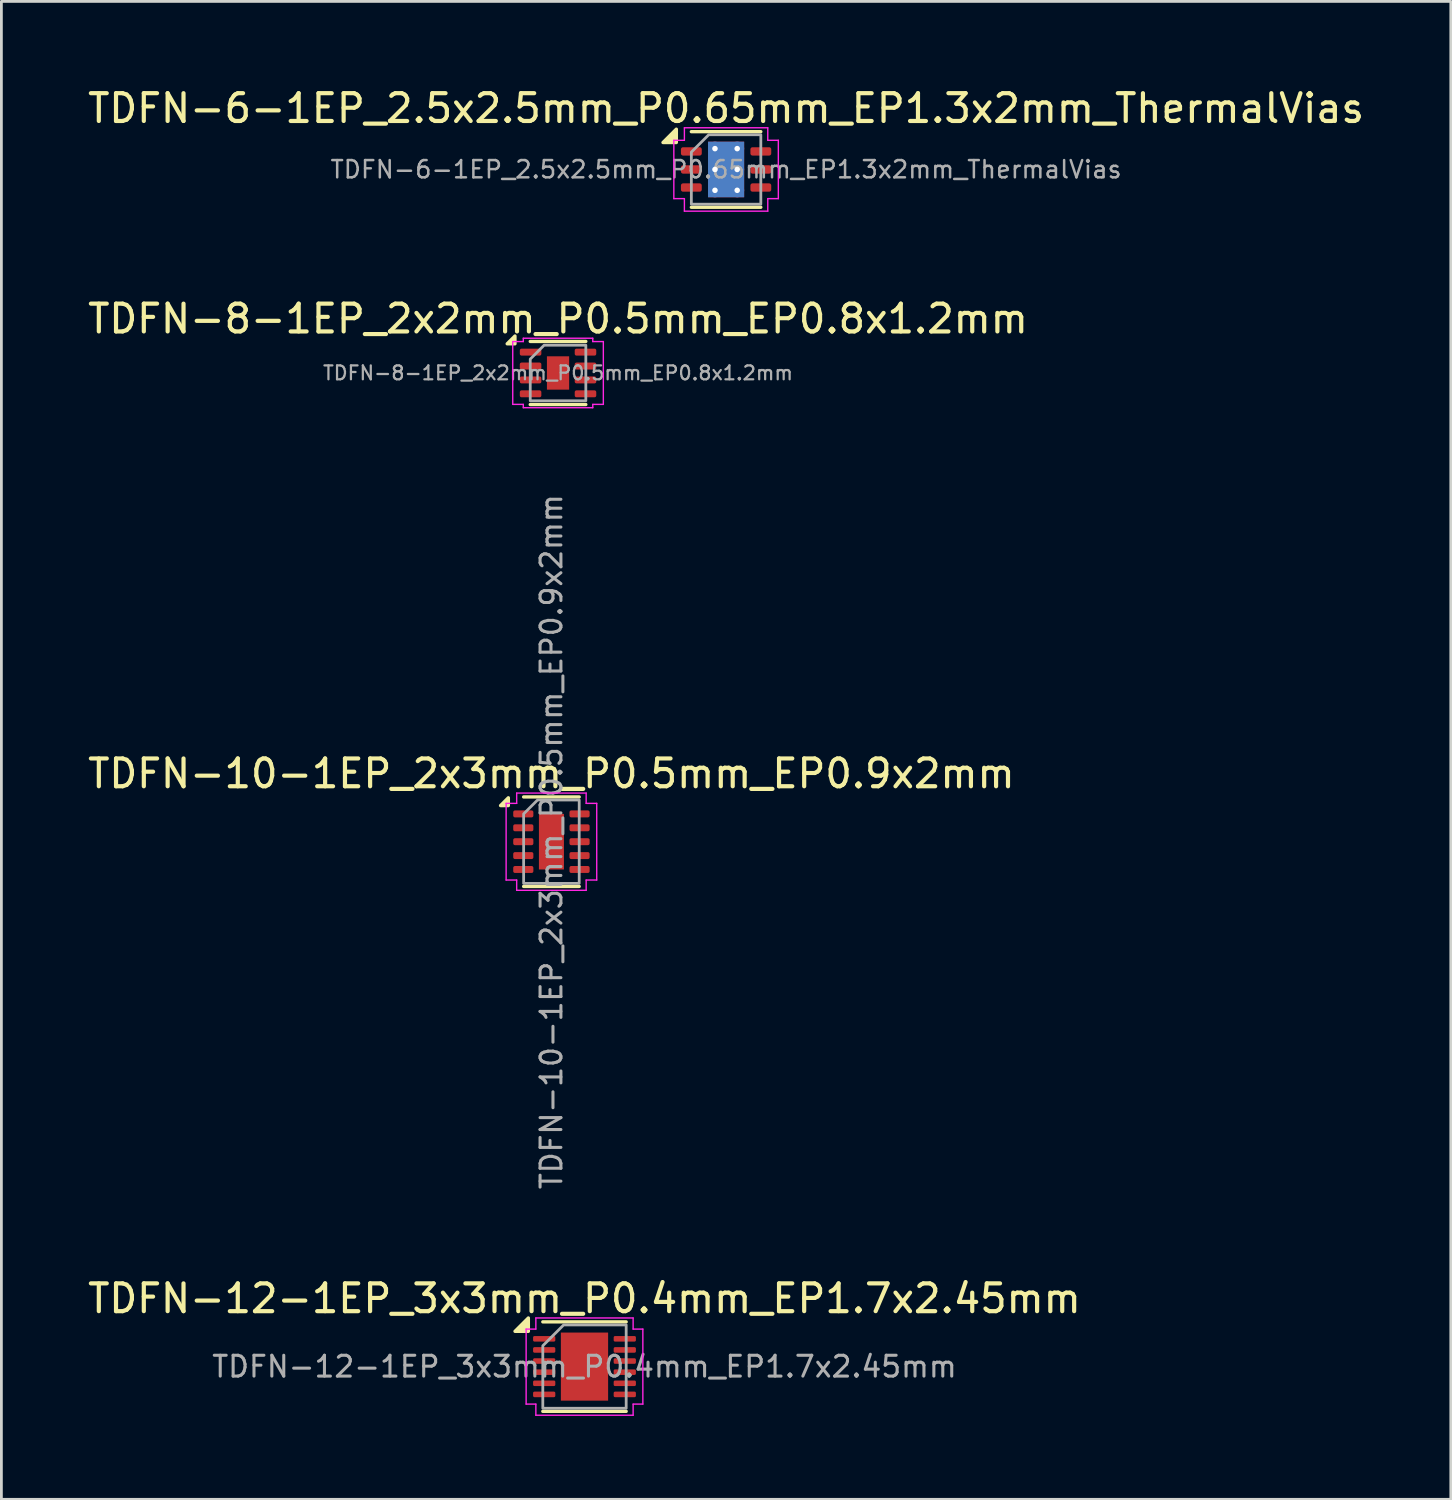
<source format=kicad_pcb>
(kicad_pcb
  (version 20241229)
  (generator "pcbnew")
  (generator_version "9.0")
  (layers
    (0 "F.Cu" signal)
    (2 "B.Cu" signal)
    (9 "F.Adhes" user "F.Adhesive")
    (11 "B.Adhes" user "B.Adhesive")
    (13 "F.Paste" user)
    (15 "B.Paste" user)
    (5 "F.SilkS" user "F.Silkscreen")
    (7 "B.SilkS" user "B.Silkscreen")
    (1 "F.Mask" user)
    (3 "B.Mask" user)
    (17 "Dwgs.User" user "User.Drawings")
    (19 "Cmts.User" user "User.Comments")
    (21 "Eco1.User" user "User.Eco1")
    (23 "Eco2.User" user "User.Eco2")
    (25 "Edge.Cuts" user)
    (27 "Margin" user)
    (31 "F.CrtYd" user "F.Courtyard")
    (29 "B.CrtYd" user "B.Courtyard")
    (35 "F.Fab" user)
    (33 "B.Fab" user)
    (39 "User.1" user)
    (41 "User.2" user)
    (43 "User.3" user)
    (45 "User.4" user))
  (footprint "TDFN-8-1EP_2x2mm_P0.5mm_EP0.8x1.2mm"
    (layer "F.Cu")
    (at 17.03 10.371)
    (property "Reference" "TDFN-8-1EP_2x2mm_P0.5mm_EP0.8x1.2mm" (at 0 -1.95 0) (layer "F.SilkS") (effects (font (size 1 1) (thickness 0.15))))
    (attr smd)
    (fp_line (start -1 -1.135) (end 1 -1.135) (stroke (width 0.12) (type solid)) (layer "F.SilkS"))
    (fp_line (start -1 1.135) (end 1 1.135) (stroke (width 0.12) (type solid)) (layer "F.SilkS"))
    (fp_poly (pts (xy -1.55 -1.05) (xy -1.83 -1.05) (xy -1.55 -1.33)) (stroke (width 0.12) (type solid)) (fill yes) (layer "F.SilkS"))
    (fp_line (start -1.63 -1.13) (end -1.25 -1.13) (stroke (width 0.05) (type solid)) (layer "F.CrtYd"))
    (fp_line (start -1.63 1.13) (end -1.63 -1.13) (stroke (width 0.05) (type solid)) (layer "F.CrtYd"))
    (fp_line (start -1.25 -1.25) (end 1.25 -1.25) (stroke (width 0.05) (type solid)) (layer "F.CrtYd"))
    (fp_line (start -1.25 -1.13) (end -1.25 -1.25) (stroke (width 0.05) (type solid)) (layer "F.CrtYd"))
    (fp_line (start -1.25 1.13) (end -1.63 1.13) (stroke (width 0.05) (type solid)) (layer "F.CrtYd"))
    (fp_line (start -1.25 1.25) (end -1.25 1.13) (stroke (width 0.05) (type solid)) (layer "F.CrtYd"))
    (fp_line (start 1.25 -1.25) (end 1.25 -1.13) (stroke (width 0.05) (type solid)) (layer "F.CrtYd"))
    (fp_line (start 1.25 -1.13) (end 1.63 -1.13) (stroke (width 0.05) (type solid)) (layer "F.CrtYd"))
    (fp_line (start 1.25 1.13) (end 1.25 1.25) (stroke (width 0.05) (type solid)) (layer "F.CrtYd"))
    (fp_line (start 1.25 1.25) (end -1.25 1.25) (stroke (width 0.05) (type solid)) (layer "F.CrtYd"))
    (fp_line (start 1.63 -1.13) (end 1.63 1.13) (stroke (width 0.05) (type solid)) (layer "F.CrtYd"))
    (fp_line (start 1.63 1.13) (end 1.25 1.13) (stroke (width 0.05) (type solid)) (layer "F.CrtYd"))
    (fp_poly (pts (xy -1 -0.5) (xy -1 1) (xy 1 1) (xy 1 -1) (xy -0.5 -1)) (stroke (width 0.1) (type solid)) (fill no) (layer "F.Fab"))
    (fp_text user "${REFERENCE}" (at 0 0 0) (layer "F.Fab") (effects (font (size 0.5 0.5) (thickness 0.08))))
    (pad "" smd roundrect (at -0.2 -0.3) (size 0.32 0.48) (layers "F.Paste") (roundrect_rratio 0.25))
    (pad "" smd roundrect (at -0.2 0.3) (size 0.32 0.48) (layers "F.Paste") (roundrect_rratio 0.25))
    (pad "" smd roundrect (at 0.2 -0.3) (size 0.32 0.48) (layers "F.Paste") (roundrect_rratio 0.25))
    (pad "" smd roundrect (at 0.2 0.3) (size 0.32 0.48) (layers "F.Paste") (roundrect_rratio 0.25))
    (pad "1" smd roundrect (at -0.988 -0.75) (size 0.775 0.25) (layers "F.Cu" "F.Mask" "F.Paste") (roundrect_rratio 0.25))
    (pad "2" smd roundrect (at -0.988 -0.25) (size 0.775 0.25) (layers "F.Cu" "F.Mask" "F.Paste") (roundrect_rratio 0.25))
    (pad "3" smd roundrect (at -0.988 0.25) (size 0.775 0.25) (layers "F.Cu" "F.Mask" "F.Paste") (roundrect_rratio 0.25))
    (pad "4" smd roundrect (at -0.988 0.75) (size 0.775 0.25) (layers "F.Cu" "F.Mask" "F.Paste") (roundrect_rratio 0.25))
    (pad "5" smd roundrect (at 0.988 0.75) (size 0.775 0.25) (layers "F.Cu" "F.Mask" "F.Paste") (roundrect_rratio 0.25))
    (pad "6" smd roundrect (at 0.988 0.25) (size 0.775 0.25) (layers "F.Cu" "F.Mask" "F.Paste") (roundrect_rratio 0.25))
    (pad "7" smd roundrect (at 0.988 -0.25) (size 0.775 0.25) (layers "F.Cu" "F.Mask" "F.Paste") (roundrect_rratio 0.25))
    (pad "8" smd roundrect (at 0.988 -0.75) (size 0.775 0.25) (layers "F.Cu" "F.Mask" "F.Paste") (roundrect_rratio 0.25))
    (pad "9" smd rect (at 0 0) (size 0.8 1.2) (property pad_prop_heatsink) (layers "F.Cu" "F.Mask")))
  (footprint "TDFN-6-1EP_2.5x2.5mm_P0.65mm_EP1.3x2mm_ThermalVias"
    (layer "F.Cu")
    (at 23.077 3.048)
    (property "Reference" "TDFN-6-1EP_2.5x2.5mm_P0.65mm_EP1.3x2mm_ThermalVias" (at 0 -2.2 0) (layer "F.SilkS") (effects (font (size 1 1) (thickness 0.15))))
    (attr smd)
    (fp_line (start -1.25 -1.36) (end 1.25 -1.36) (stroke (width 0.12) (type solid)) (layer "F.SilkS"))
    (fp_line (start -1.25 1.36) (end 1.25 1.36) (stroke (width 0.12) (type solid)) (layer "F.SilkS"))
    (fp_poly (pts (xy -1.79 -0.97) (xy -2.27 -0.97) (xy -1.79 -1.45)) (stroke (width 0.12) (type solid)) (fill yes) (layer "F.SilkS"))
    (fp_line (start -1.88 -1.05) (end -1.5 -1.05) (stroke (width 0.05) (type solid)) (layer "F.CrtYd"))
    (fp_line (start -1.88 1.05) (end -1.88 -1.05) (stroke (width 0.05) (type solid)) (layer "F.CrtYd"))
    (fp_line (start -1.5 -1.5) (end 1.5 -1.5) (stroke (width 0.05) (type solid)) (layer "F.CrtYd"))
    (fp_line (start -1.5 -1.05) (end -1.5 -1.5) (stroke (width 0.05) (type solid)) (layer "F.CrtYd"))
    (fp_line (start -1.5 1.05) (end -1.88 1.05) (stroke (width 0.05) (type solid)) (layer "F.CrtYd"))
    (fp_line (start -1.5 1.5) (end -1.5 1.05) (stroke (width 0.05) (type solid)) (layer "F.CrtYd"))
    (fp_line (start 1.5 -1.5) (end 1.5 -1.05) (stroke (width 0.05) (type solid)) (layer "F.CrtYd"))
    (fp_line (start 1.5 -1.05) (end 1.88 -1.05) (stroke (width 0.05) (type solid)) (layer "F.CrtYd"))
    (fp_line (start 1.5 1.05) (end 1.5 1.5) (stroke (width 0.05) (type solid)) (layer "F.CrtYd"))
    (fp_line (start 1.5 1.5) (end -1.5 1.5) (stroke (width 0.05) (type solid)) (layer "F.CrtYd"))
    (fp_line (start 1.88 -1.05) (end 1.88 1.05) (stroke (width 0.05) (type solid)) (layer "F.CrtYd"))
    (fp_line (start 1.88 1.05) (end 1.5 1.05) (stroke (width 0.05) (type solid)) (layer "F.CrtYd"))
    (fp_poly (pts (xy -1.25 -0.625) (xy -1.25 1.25) (xy 1.25 1.25) (xy 1.25 -1.25) (xy -0.625 -1.25)) (stroke (width 0.1) (type solid)) (fill no) (layer "F.Fab"))
    (fp_text user "${REFERENCE}" (at 0 0 0) (layer "F.Fab") (effects (font (size 0.62 0.62) (thickness 0.09))))
    (pad "" smd roundrect (at -0.325 -0.5) (size 0.52 0.81) (layers "F.Paste") (roundrect_rratio 0.25))
    (pad "" smd roundrect (at -0.325 0.5) (size 0.52 0.81) (layers "F.Paste") (roundrect_rratio 0.25))
    (pad "" smd roundrect (at 0.325 -0.5) (size 0.52 0.81) (layers "F.Paste") (roundrect_rratio 0.25))
    (pad "" smd roundrect (at 0.325 0.5) (size 0.52 0.81) (layers "F.Paste") (roundrect_rratio 0.25))
    (pad "1" smd roundrect (at -1.25 -0.65) (size 0.75 0.3) (layers "F.Cu" "F.Mask" "F.Paste") (roundrect_rratio 0.25))
    (pad "2" smd roundrect (at -1.25 0) (size 0.75 0.3) (layers "F.Cu" "F.Mask" "F.Paste") (roundrect_rratio 0.25))
    (pad "3" smd roundrect (at -1.25 0.65) (size 0.75 0.3) (layers "F.Cu" "F.Mask" "F.Paste") (roundrect_rratio 0.25))
    (pad "4" smd roundrect (at 1.25 0.65) (size 0.75 0.3) (layers "F.Cu" "F.Mask" "F.Paste") (roundrect_rratio 0.25))
    (pad "5" smd roundrect (at 1.25 0) (size 0.75 0.3) (layers "F.Cu" "F.Mask" "F.Paste") (roundrect_rratio 0.25))
    (pad "6" smd roundrect (at 1.25 -0.65) (size 0.75 0.3) (layers "F.Cu" "F.Mask" "F.Paste") (roundrect_rratio 0.25))
    (pad "7" thru_hole circle (at -0.4 -0.75) (size 0.5 0.5) (drill 0.2) (property pad_prop_heatsink) (layers "*.Cu"))
    (pad "7" thru_hole circle (at -0.4 0) (size 0.5 0.5) (drill 0.2) (property pad_prop_heatsink) (layers "*.Cu"))
    (pad "7" thru_hole circle (at -0.4 0.75) (size 0.5 0.5) (drill 0.2) (property pad_prop_heatsink) (layers "*.Cu"))
    (pad "7" smd rect (at 0 0) (size 1.3 2) (property pad_prop_heatsink) (layers "F.Cu" "F.Mask"))
    (pad "7" smd rect (at 0 0) (size 1.3 2) (property pad_prop_heatsink) (layers "B.Cu"))
    (pad "7" thru_hole circle (at 0.4 -0.75) (size 0.5 0.5) (drill 0.2) (property pad_prop_heatsink) (layers "*.Cu"))
    (pad "7" thru_hole circle (at 0.4 0) (size 0.5 0.5) (drill 0.2) (property pad_prop_heatsink) (layers "*.Cu"))
    (pad "7" thru_hole circle (at 0.4 0.75) (size 0.5 0.5) (drill 0.2) (property pad_prop_heatsink) (layers "*.Cu")))
  (footprint "TDFN-10-1EP_2x3mm_P0.5mm_EP0.9x2mm"
    (layer "F.Cu")
    (at 16.792 27.237)
    (property "Reference" "TDFN-10-1EP_2x3mm_P0.5mm_EP0.9x2mm" (at 0 -2.45 0) (layer "F.SilkS") (effects (font (size 1 1) (thickness 0.15))))
    (attr smd)
    (fp_line (start -1 -1.61) (end 1 -1.61) (stroke (width 0.12) (type solid)) (layer "F.SilkS"))
    (fp_line (start -1 1.61) (end 1 1.61) (stroke (width 0.12) (type solid)) (layer "F.SilkS"))
    (fp_poly (pts (xy -1.55 -1.3) (xy -1.83 -1.3) (xy -1.55 -1.58)) (stroke (width 0.12) (type solid)) (fill yes) (layer "F.SilkS"))
    (fp_line (start -1.63 -1.38) (end -1.25 -1.38) (stroke (width 0.05) (type solid)) (layer "F.CrtYd"))
    (fp_line (start -1.63 1.38) (end -1.63 -1.38) (stroke (width 0.05) (type solid)) (layer "F.CrtYd"))
    (fp_line (start -1.25 -1.75) (end 1.25 -1.75) (stroke (width 0.05) (type solid)) (layer "F.CrtYd"))
    (fp_line (start -1.25 -1.38) (end -1.25 -1.75) (stroke (width 0.05) (type solid)) (layer "F.CrtYd"))
    (fp_line (start -1.25 1.38) (end -1.63 1.38) (stroke (width 0.05) (type solid)) (layer "F.CrtYd"))
    (fp_line (start -1.25 1.75) (end -1.25 1.38) (stroke (width 0.05) (type solid)) (layer "F.CrtYd"))
    (fp_line (start 1.25 -1.75) (end 1.25 -1.38) (stroke (width 0.05) (type solid)) (layer "F.CrtYd"))
    (fp_line (start 1.25 -1.38) (end 1.63 -1.38) (stroke (width 0.05) (type solid)) (layer "F.CrtYd"))
    (fp_line (start 1.25 1.38) (end 1.25 1.75) (stroke (width 0.05) (type solid)) (layer "F.CrtYd"))
    (fp_line (start 1.25 1.75) (end -1.25 1.75) (stroke (width 0.05) (type solid)) (layer "F.CrtYd"))
    (fp_line (start 1.63 -1.38) (end 1.63 1.38) (stroke (width 0.05) (type solid)) (layer "F.CrtYd"))
    (fp_line (start 1.63 1.38) (end 1.25 1.38) (stroke (width 0.05) (type solid)) (layer "F.CrtYd"))
    (fp_poly (pts (xy -1 -1) (xy -1 1.5) (xy 1 1.5) (xy 1 -1.5) (xy -0.5 -1.5)) (stroke (width 0.1) (type solid)) (fill no) (layer "F.Fab"))
    (fp_text user "${REFERENCE}" (at 0 0 90) (layer "F.Fab") (effects (font (size 0.75 0.75) (thickness 0.11))))
    (pad "" smd roundrect (at 0 -0.5) (size 0.73 0.81) (layers "F.Paste") (roundrect_rratio 0.25))
    (pad "" smd roundrect (at 0 0.5) (size 0.73 0.81) (layers "F.Paste") (roundrect_rratio 0.25))
    (pad "1" smd roundrect (at -1.012 -1) (size 0.725 0.25) (layers "F.Cu" "F.Mask" "F.Paste") (roundrect_rratio 0.25))
    (pad "2" smd roundrect (at -1.012 -0.5) (size 0.725 0.25) (layers "F.Cu" "F.Mask" "F.Paste") (roundrect_rratio 0.25))
    (pad "3" smd roundrect (at -1.012 0) (size 0.725 0.25) (layers "F.Cu" "F.Mask" "F.Paste") (roundrect_rratio 0.25))
    (pad "4" smd roundrect (at -1.012 0.5) (size 0.725 0.25) (layers "F.Cu" "F.Mask" "F.Paste") (roundrect_rratio 0.25))
    (pad "5" smd roundrect (at -1.012 1) (size 0.725 0.25) (layers "F.Cu" "F.Mask" "F.Paste") (roundrect_rratio 0.25))
    (pad "6" smd roundrect (at 1.012 1) (size 0.725 0.25) (layers "F.Cu" "F.Mask" "F.Paste") (roundrect_rratio 0.25))
    (pad "7" smd roundrect (at 1.012 0.5) (size 0.725 0.25) (layers "F.Cu" "F.Mask" "F.Paste") (roundrect_rratio 0.25))
    (pad "8" smd roundrect (at 1.012 0) (size 0.725 0.25) (layers "F.Cu" "F.Mask" "F.Paste") (roundrect_rratio 0.25))
    (pad "9" smd roundrect (at 1.012 -0.5) (size 0.725 0.25) (layers "F.Cu" "F.Mask" "F.Paste") (roundrect_rratio 0.25))
    (pad "10" smd roundrect (at 1.012 -1) (size 0.725 0.25) (layers "F.Cu" "F.Mask" "F.Paste") (roundrect_rratio 0.25))
    (pad "11" smd rect (at 0 0) (size 0.9 2) (property pad_prop_heatsink) (layers "F.Cu" "F.Mask")))
  (footprint "TDFN-12-1EP_3x3mm_P0.4mm_EP1.7x2.45mm"
    (layer "F.Cu")
    (at 17.982 46.125)
    (property "Reference" "TDFN-12-1EP_3x3mm_P0.4mm_EP1.7x2.45mm" (at 0 -2.45 0) (layer "F.SilkS") (effects (font (size 1 1) (thickness 0.15))))
    (attr smd)
    (fp_line (start -1.5 -1.61) (end 1.5 -1.61) (stroke (width 0.12) (type solid)) (layer "F.SilkS"))
    (fp_line (start -1.5 1.61) (end 1.5 1.61) (stroke (width 0.12) (type solid)) (layer "F.SilkS"))
    (fp_poly (pts (xy -2.02 -1.27) (xy -2.5 -1.27) (xy -2.02 -1.75)) (stroke (width 0.12) (type solid)) (fill yes) (layer "F.SilkS"))
    (fp_line (start -2.1 -1.35) (end -1.75 -1.35) (stroke (width 0.05) (type solid)) (layer "F.CrtYd"))
    (fp_line (start -2.1 1.35) (end -2.1 -1.35) (stroke (width 0.05) (type solid)) (layer "F.CrtYd"))
    (fp_line (start -1.75 -1.75) (end 1.75 -1.75) (stroke (width 0.05) (type solid)) (layer "F.CrtYd"))
    (fp_line (start -1.75 -1.35) (end -1.75 -1.75) (stroke (width 0.05) (type solid)) (layer "F.CrtYd"))
    (fp_line (start -1.75 1.35) (end -2.1 1.35) (stroke (width 0.05) (type solid)) (layer "F.CrtYd"))
    (fp_line (start -1.75 1.75) (end -1.75 1.35) (stroke (width 0.05) (type solid)) (layer "F.CrtYd"))
    (fp_line (start 1.75 -1.75) (end 1.75 -1.35) (stroke (width 0.05) (type solid)) (layer "F.CrtYd"))
    (fp_line (start 1.75 -1.35) (end 2.1 -1.35) (stroke (width 0.05) (type solid)) (layer "F.CrtYd"))
    (fp_line (start 1.75 1.35) (end 1.75 1.75) (stroke (width 0.05) (type solid)) (layer "F.CrtYd"))
    (fp_line (start 1.75 1.75) (end -1.75 1.75) (stroke (width 0.05) (type solid)) (layer "F.CrtYd"))
    (fp_line (start 2.1 -1.35) (end 2.1 1.35) (stroke (width 0.05) (type solid)) (layer "F.CrtYd"))
    (fp_line (start 2.1 1.35) (end 1.75 1.35) (stroke (width 0.05) (type solid)) (layer "F.CrtYd"))
    (fp_poly (pts (xy -1.5 -0.75) (xy -1.5 1.5) (xy 1.5 1.5) (xy 1.5 -1.5) (xy -0.75 -1.5)) (stroke (width 0.1) (type solid)) (fill no) (layer "F.Fab"))
    (fp_text user "${REFERENCE}" (at 0 0 0) (layer "F.Fab") (effects (font (size 0.75 0.75) (thickness 0.11))))
    (pad "" smd roundrect (at -0.57 -0.915) (size 0.46 0.49) (layers "F.Paste") (roundrect_rratio 0.25))
    (pad "" smd roundrect (at -0.57 -0.305) (size 0.46 0.49) (layers "F.Paste") (roundrect_rratio 0.25))
    (pad "" smd roundrect (at -0.57 0.305) (size 0.46 0.49) (layers "F.Paste") (roundrect_rratio 0.25))
    (pad "" smd roundrect (at -0.57 0.915) (size 0.46 0.49) (layers "F.Paste") (roundrect_rratio 0.25))
    (pad "" smd roundrect (at 0 -0.915) (size 0.46 0.49) (layers "F.Paste") (roundrect_rratio 0.25))
    (pad "" smd roundrect (at 0 -0.305) (size 0.46 0.49) (layers "F.Paste") (roundrect_rratio 0.25))
    (pad "" smd roundrect (at 0 0.305) (size 0.46 0.49) (layers "F.Paste") (roundrect_rratio 0.25))
    (pad "" smd roundrect (at 0 0.915) (size 0.46 0.49) (layers "F.Paste") (roundrect_rratio 0.25))
    (pad "" smd roundrect (at 0.57 -0.915) (size 0.46 0.49) (layers "F.Paste") (roundrect_rratio 0.25))
    (pad "" smd roundrect (at 0.57 -0.305) (size 0.46 0.49) (layers "F.Paste") (roundrect_rratio 0.25))
    (pad "" smd roundrect (at 0.57 0.305) (size 0.46 0.49) (layers "F.Paste") (roundrect_rratio 0.25))
    (pad "" smd roundrect (at 0.57 0.915) (size 0.46 0.49) (layers "F.Paste") (roundrect_rratio 0.25))
    (pad "1" smd roundrect (at -1.45 -1) (size 0.8 0.2) (layers "F.Cu" "F.Mask" "F.Paste") (roundrect_rratio 0.25))
    (pad "2" smd roundrect (at -1.45 -0.6) (size 0.8 0.2) (layers "F.Cu" "F.Mask" "F.Paste") (roundrect_rratio 0.25))
    (pad "3" smd roundrect (at -1.45 -0.2) (size 0.8 0.2) (layers "F.Cu" "F.Mask" "F.Paste") (roundrect_rratio 0.25))
    (pad "4" smd roundrect (at -1.45 0.2) (size 0.8 0.2) (layers "F.Cu" "F.Mask" "F.Paste") (roundrect_rratio 0.25))
    (pad "5" smd roundrect (at -1.45 0.6) (size 0.8 0.2) (layers "F.Cu" "F.Mask" "F.Paste") (roundrect_rratio 0.25))
    (pad "6" smd roundrect (at -1.45 1) (size 0.8 0.2) (layers "F.Cu" "F.Mask" "F.Paste") (roundrect_rratio 0.25))
    (pad "7" smd roundrect (at 1.45 1) (size 0.8 0.2) (layers "F.Cu" "F.Mask" "F.Paste") (roundrect_rratio 0.25))
    (pad "8" smd roundrect (at 1.45 0.6) (size 0.8 0.2) (layers "F.Cu" "F.Mask" "F.Paste") (roundrect_rratio 0.25))
    (pad "9" smd roundrect (at 1.45 0.2) (size 0.8 0.2) (layers "F.Cu" "F.Mask" "F.Paste") (roundrect_rratio 0.25))
    (pad "10" smd roundrect (at 1.45 -0.2) (size 0.8 0.2) (layers "F.Cu" "F.Mask" "F.Paste") (roundrect_rratio 0.25))
    (pad "11" smd roundrect (at 1.45 -0.6) (size 0.8 0.2) (layers "F.Cu" "F.Mask" "F.Paste") (roundrect_rratio 0.25))
    (pad "12" smd roundrect (at 1.45 -1) (size 0.8 0.2) (layers "F.Cu" "F.Mask" "F.Paste") (roundrect_rratio 0.25))
    (pad "13" smd rect (at 0 0) (size 1.7 2.45) (property pad_prop_heatsink) (layers "F.Cu" "F.Mask")))
  (gr_rect
    (start -3 -3)
    (end 49.155 50.9)
    (stroke (width 0.1) (type default))
    (fill no)
    (layer "Edge.Cuts")))
</source>
